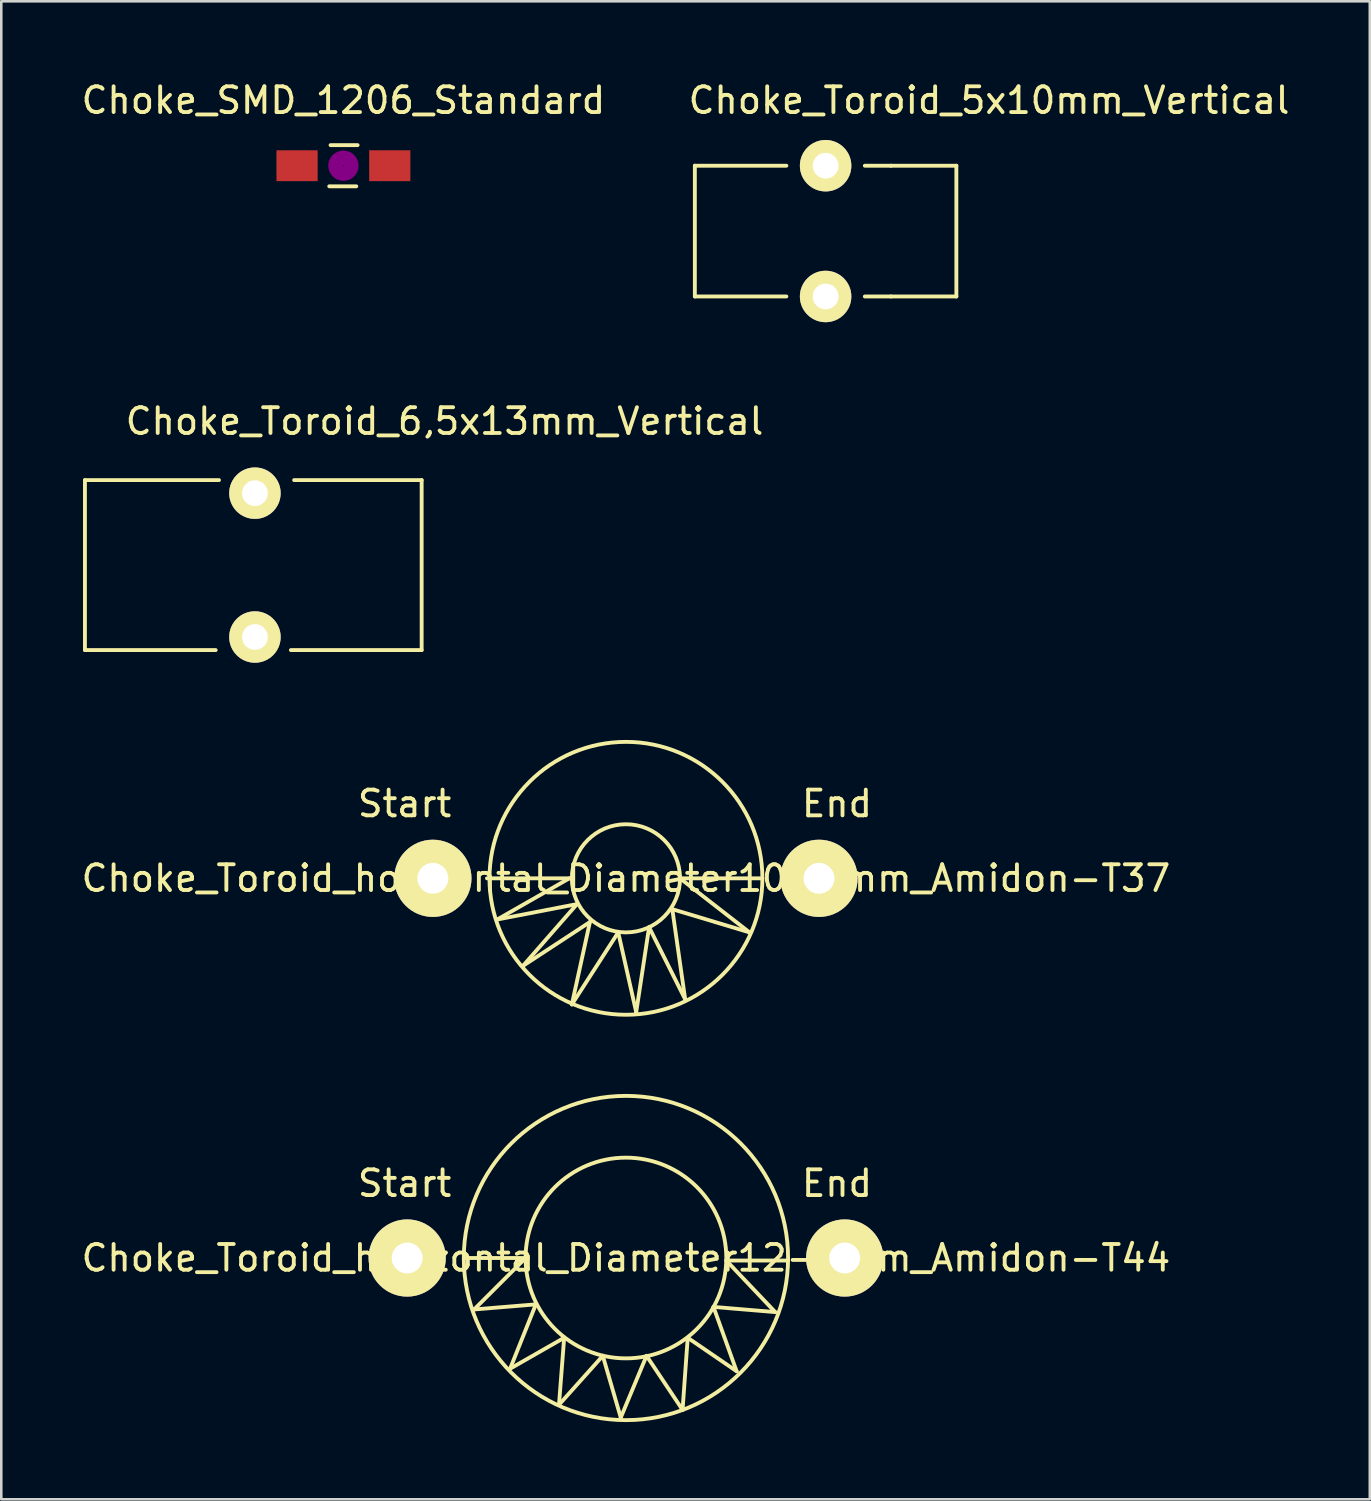
<source format=kicad_pcb>
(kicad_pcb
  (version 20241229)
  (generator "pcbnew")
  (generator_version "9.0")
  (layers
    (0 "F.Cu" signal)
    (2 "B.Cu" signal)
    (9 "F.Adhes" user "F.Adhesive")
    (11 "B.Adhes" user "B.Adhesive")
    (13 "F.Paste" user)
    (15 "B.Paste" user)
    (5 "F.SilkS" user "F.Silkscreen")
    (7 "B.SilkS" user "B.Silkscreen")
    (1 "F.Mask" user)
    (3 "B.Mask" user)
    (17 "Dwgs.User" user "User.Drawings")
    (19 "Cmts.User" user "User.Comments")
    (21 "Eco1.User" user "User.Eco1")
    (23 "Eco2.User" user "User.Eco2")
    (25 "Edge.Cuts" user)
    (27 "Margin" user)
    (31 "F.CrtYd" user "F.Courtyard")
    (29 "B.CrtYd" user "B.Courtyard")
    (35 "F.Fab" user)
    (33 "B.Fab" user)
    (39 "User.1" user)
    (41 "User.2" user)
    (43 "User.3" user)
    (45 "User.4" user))
  (footprint "Choke_Toroid_horizontal_Diameter10-5mm_Amidon-T37"
    (layer "F.Cu")
    (at 21.268 31.073)
    (property "Reference" "Choke_Toroid_horizontal_Diameter10-5mm_Amidon-T37" (at 0 0 0) (layer "F.SilkS") (effects (font (size 1 1) (thickness 0.15))))
    (attr through_hole)
    (fp_line (start -5.4 0) (end -2.2 0) (stroke (width 0.15) (type solid)) (layer "F.SilkS"))
    (fp_line (start -5.001 1.6) (end -1.9 1.001) (stroke (width 0.15) (type solid)) (layer "F.SilkS"))
    (fp_line (start -4 3.401) (end -1.4 1.699) (stroke (width 0.15) (type solid)) (layer "F.SilkS"))
    (fp_line (start -2.2 0) (end -5.001 1.6) (stroke (width 0.15) (type solid)) (layer "F.SilkS"))
    (fp_line (start -2.101 4.9) (end -0.3 2.101) (stroke (width 0.15) (type solid)) (layer "F.SilkS"))
    (fp_line (start -1.9 1.001) (end -4 3.401) (stroke (width 0.15) (type solid)) (layer "F.SilkS"))
    (fp_line (start -1.4 1.699) (end -2.101 4.9) (stroke (width 0.15) (type solid)) (layer "F.SilkS"))
    (fp_line (start -0.3 2.101) (end 0.399 5.199) (stroke (width 0.15) (type solid)) (layer "F.SilkS"))
    (fp_line (start 0.399 5.199) (end 0.899 1.9) (stroke (width 0.15) (type solid)) (layer "F.SilkS"))
    (fp_line (start 0.899 1.9) (end 2.301 4.699) (stroke (width 0.15) (type solid)) (layer "F.SilkS"))
    (fp_line (start 1.801 1.199) (end 4.801 2.101) (stroke (width 0.15) (type solid)) (layer "F.SilkS"))
    (fp_line (start 2.101 0) (end 5.301 0) (stroke (width 0.15) (type solid)) (layer "F.SilkS"))
    (fp_line (start 2.301 4.699) (end 1.801 1.199) (stroke (width 0.15) (type solid)) (layer "F.SilkS"))
    (fp_line (start 4.801 2.101) (end 2.101 0) (stroke (width 0.15) (type solid)) (layer "F.SilkS"))
    (fp_circle (center 0 0) (end 2.101 0) (stroke (width 0.15) (type solid)) (fill no) (layer "F.SilkS"))
    (fp_circle (center 0 0) (end 5.301 0) (stroke (width 0.15) (type solid)) (fill no) (layer "F.SilkS"))
    (fp_text user "End" (at 8.199 -2.901 0) (layer "F.SilkS") (effects (font (size 1 1) (thickness 0.15))))
    (fp_text user "Start" (at -8.6 -2.901 0) (layer "F.SilkS") (effects (font (size 1 1) (thickness 0.15))))
    (pad "1" thru_hole circle (at -7.501 0) (size 3 3) (drill 1.199) (layers "*.Cu" "*.Mask" "F.SilkS"))
    (pad "2" thru_hole circle (at 7.501 0) (size 3 3) (drill 1.199) (layers "*.Cu" "*.Mask" "F.SilkS")))
  (footprint "Choke_Toroid_5x10mm_Vertical"
    (layer "F.Cu")
    (at 23.945 8.468)
    (property "Reference" "Choke_Toroid_5x10mm_Vertical" (at 11.43 -7.62 0) (layer "F.SilkS") (effects (font (size 1 1) (thickness 0.15))))
    (attr through_hole)
    (fp_line (start 0 -5.08) (end 0 0) (stroke (width 0.15) (type solid)) (layer "F.SilkS"))
    (fp_line (start 0 -5.08) (end 3.556 -5.08) (stroke (width 0.15) (type solid)) (layer "F.SilkS"))
    (fp_line (start 0 0) (end 3.556 0) (stroke (width 0.15) (type solid)) (layer "F.SilkS"))
    (fp_line (start 7.62 -5.08) (end 6.604 -5.08) (stroke (width 0.15) (type solid)) (layer "F.SilkS"))
    (fp_line (start 7.62 0) (end 6.604 0) (stroke (width 0.15) (type solid)) (layer "F.SilkS"))
    (fp_line (start 10.16 -5.08) (end 7.62 -5.08) (stroke (width 0.15) (type solid)) (layer "F.SilkS"))
    (fp_line (start 10.16 0) (end 7.62 0) (stroke (width 0.15) (type solid)) (layer "F.SilkS"))
    (fp_line (start 10.16 0) (end 10.16 -5.08) (stroke (width 0.15) (type solid)) (layer "F.SilkS"))
    (pad "1" thru_hole circle (at 5.08 0) (size 1.999 1.999) (drill 1.001) (layers "*.Cu" "*.Mask" "F.SilkS"))
    (pad "2" thru_hole circle (at 5.08 -5.08) (size 1.999 1.999) (drill 1.001) (layers "*.Cu" "*.Mask" "F.SilkS")))
  (footprint "Choke_Toroid_6,5x13mm_Vertical"
    (layer "F.Cu")
    (at 0.25 22.206)
    (property "Reference" "Choke_Toroid_6,5x13mm_Vertical" (at 13.97 -8.89 0) (layer "F.SilkS") (effects (font (size 1 1) (thickness 0.15))))
    (attr through_hole)
    (fp_line (start 0 -6.604) (end 0 0) (stroke (width 0.15) (type solid)) (layer "F.SilkS"))
    (fp_line (start 0 -6.604) (end 5.207 -6.604) (stroke (width 0.15) (type solid)) (layer "F.SilkS"))
    (fp_line (start 0 0) (end 5.08 0) (stroke (width 0.15) (type solid)) (layer "F.SilkS"))
    (fp_line (start 13.081 -6.604) (end 8.128 -6.604) (stroke (width 0.15) (type solid)) (layer "F.SilkS"))
    (fp_line (start 13.081 0) (end 8.001 0) (stroke (width 0.15) (type solid)) (layer "F.SilkS"))
    (fp_line (start 13.081 0) (end 13.081 -6.604) (stroke (width 0.15) (type solid)) (layer "F.SilkS"))
    (pad "1" thru_hole circle (at 6.604 -0.508) (size 1.999 1.999) (drill 1.001) (layers "*.Cu" "*.Mask" "F.SilkS"))
    (pad "2" thru_hole circle (at 6.604 -6.096) (size 1.999 1.999) (drill 1.001) (layers "*.Cu" "*.Mask" "F.SilkS")))
  (footprint "Choke_Toroid_horizontal_Diameter12-5mm_Amidon-T44"
    (layer "F.Cu")
    (at 21.268 45.824)
    (property "Reference" "Choke_Toroid_horizontal_Diameter12-5mm_Amidon-T44" (at 0 0 0) (layer "F.SilkS") (effects (font (size 1 1) (thickness 0.15))))
    (attr through_hole)
    (fp_line (start -6.2 0) (end -3.899 0) (stroke (width 0.15) (type solid)) (layer "F.SilkS"))
    (fp_line (start -5.9 1.999) (end -3.5 1.801) (stroke (width 0.15) (type solid)) (layer "F.SilkS"))
    (fp_line (start -4.501 4.3) (end -2.4 3.099) (stroke (width 0.15) (type solid)) (layer "F.SilkS"))
    (fp_line (start -3.899 0) (end -5.9 1.999) (stroke (width 0.15) (type solid)) (layer "F.SilkS"))
    (fp_line (start -3.5 1.801) (end -4.501 4.3) (stroke (width 0.15) (type solid)) (layer "F.SilkS"))
    (fp_line (start -2.601 5.7) (end -0.899 3.8) (stroke (width 0.15) (type solid)) (layer "F.SilkS"))
    (fp_line (start -2.4 3.099) (end -2.601 5.7) (stroke (width 0.15) (type solid)) (layer "F.SilkS"))
    (fp_line (start -0.899 3.8) (end -0.201 6.2) (stroke (width 0.15) (type solid)) (layer "F.SilkS"))
    (fp_line (start -0.201 6.2) (end 0.8 3.8) (stroke (width 0.15) (type solid)) (layer "F.SilkS"))
    (fp_line (start 0.8 3.8) (end 2.2 5.9) (stroke (width 0.15) (type solid)) (layer "F.SilkS"))
    (fp_line (start 2.2 5.9) (end 2.4 3.099) (stroke (width 0.15) (type solid)) (layer "F.SilkS"))
    (fp_line (start 2.4 3.099) (end 4.3 4.399) (stroke (width 0.15) (type solid)) (layer "F.SilkS"))
    (fp_line (start 3.401 1.9) (end 5.799 2.101) (stroke (width 0.15) (type solid)) (layer "F.SilkS"))
    (fp_line (start 3.899 0.099) (end 6.299 0.099) (stroke (width 0.15) (type solid)) (layer "F.SilkS"))
    (fp_line (start 4.3 4.399) (end 3.401 1.9) (stroke (width 0.15) (type solid)) (layer "F.SilkS"))
    (fp_line (start 5.799 2.101) (end 3.899 0.099) (stroke (width 0.15) (type solid)) (layer "F.SilkS"))
    (fp_circle (center 0 0) (end 3.899 0) (stroke (width 0.15) (type solid)) (fill no) (layer "F.SilkS"))
    (fp_circle (center 0 0) (end 6.299 0) (stroke (width 0.15) (type solid)) (fill no) (layer "F.SilkS"))
    (fp_text user "End" (at 8.199 -2.901 0) (layer "F.SilkS") (effects (font (size 1 1) (thickness 0.15))))
    (fp_text user "Start" (at -8.6 -2.901 0) (layer "F.SilkS") (effects (font (size 1 1) (thickness 0.15))))
    (pad "1" thru_hole circle (at -8.499 0) (size 3 3) (drill 1.199) (layers "*.Cu" "*.Mask" "F.SilkS"))
    (pad "2" thru_hole circle (at 8.499 0) (size 3 3) (drill 1.199) (layers "*.Cu" "*.Mask" "F.SilkS")))
  (footprint "Choke_SMD_1206_Standard"
    (layer "F.Cu")
    (at 10.292 3.388)
    (property "Reference" "Choke_SMD_1206_Standard" (at 0 -2.54 0) (layer "F.SilkS") (effects (font (size 1 1) (thickness 0.15))))
    (attr smd)
    (fp_line (start -0.551 0.8) (end 0.5 0.8) (stroke (width 0.15) (type solid)) (layer "F.SilkS"))
    (fp_line (start 0.551 -0.8) (end -0.5 -0.8) (stroke (width 0.15) (type solid)) (layer "F.SilkS"))
    (fp_circle (center 0 0) (end 0.201 -0.051) (stroke (width 0.381) (type solid)) (fill no) (layer "F.Adhes"))
    (fp_circle (center 0 0) (end 0.399 0) (stroke (width 0.381) (type solid)) (fill no) (layer "F.Adhes"))
    (pad "1" smd rect (at -1.801 0) (size 1.6 1.199) (layers "F.Cu" "F.Mask" "F.Paste"))
    (pad "2" smd rect (at 1.801 0) (size 1.6 1.199) (layers "F.Cu" "F.Mask" "F.Paste")))
  (gr_rect
    (start -3 -3)
    (end 50.167 55.198)
    (stroke (width 0.1) (type default))
    (fill no)
    (layer "Edge.Cuts")))
</source>
